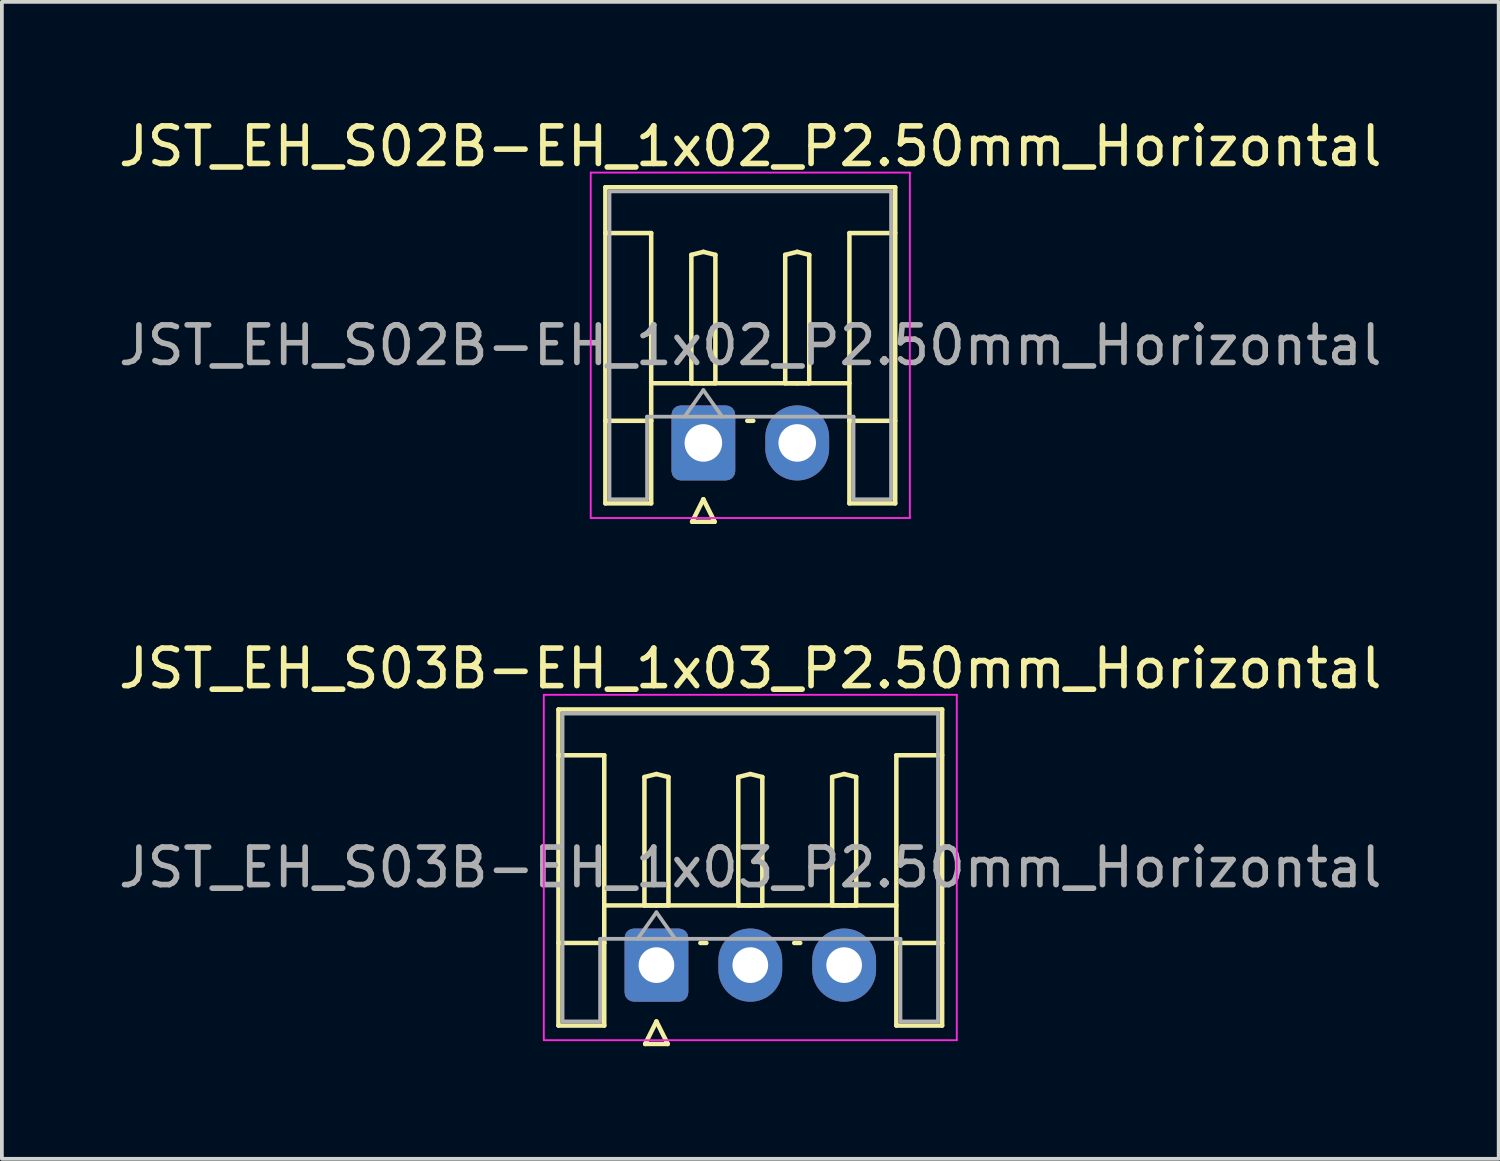
<source format=kicad_pcb>
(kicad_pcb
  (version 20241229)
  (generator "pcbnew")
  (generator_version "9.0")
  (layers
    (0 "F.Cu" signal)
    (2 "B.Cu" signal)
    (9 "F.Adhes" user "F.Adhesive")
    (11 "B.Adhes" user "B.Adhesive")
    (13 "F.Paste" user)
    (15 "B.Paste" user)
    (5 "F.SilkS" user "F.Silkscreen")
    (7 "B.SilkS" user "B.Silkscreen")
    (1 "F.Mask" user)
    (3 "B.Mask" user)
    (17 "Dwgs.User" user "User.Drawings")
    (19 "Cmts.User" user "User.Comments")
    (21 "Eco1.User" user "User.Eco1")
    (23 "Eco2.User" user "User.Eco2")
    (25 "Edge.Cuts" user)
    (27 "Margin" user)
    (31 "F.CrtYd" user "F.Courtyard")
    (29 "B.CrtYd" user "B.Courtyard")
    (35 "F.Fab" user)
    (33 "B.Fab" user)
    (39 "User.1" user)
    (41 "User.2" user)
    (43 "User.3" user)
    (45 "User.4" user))
  (footprint "JST_EH_S03B-EH_1x03_P2.50mm_Horizontal"
    (layer "F.Cu")
    (at 14.435 22.657)
    (property "Reference" "JST_EH_S03B-EH_1x03_P2.50mm_Horizontal" (at 2.5 -7.9 0) (layer "F.SilkS") (effects (font (size 1 1) (thickness 0.15))))
    (attr through_hole)
    (fp_line (start -2.61 -6.81) (end 7.61 -6.81) (stroke (width 0.12) (type solid)) (layer "F.SilkS"))
    (fp_line (start -2.61 -5.59) (end -1.39 -5.59) (stroke (width 0.12) (type solid)) (layer "F.SilkS"))
    (fp_line (start -2.61 1.61) (end -2.61 -6.81) (stroke (width 0.12) (type solid)) (layer "F.SilkS"))
    (fp_line (start -1.39 -5.59) (end -1.39 -0.59) (stroke (width 0.12) (type solid)) (layer "F.SilkS"))
    (fp_line (start -1.39 -1.59) (end 6.39 -1.59) (stroke (width 0.12) (type solid)) (layer "F.SilkS"))
    (fp_line (start -1.39 -0.59) (end -2.61 -0.59) (stroke (width 0.12) (type solid)) (layer "F.SilkS"))
    (fp_line (start -1.39 -0.59) (end -1.39 1.61) (stroke (width 0.12) (type solid)) (layer "F.SilkS"))
    (fp_line (start -1.39 1.61) (end -2.61 1.61) (stroke (width 0.12) (type solid)) (layer "F.SilkS"))
    (fp_line (start -0.32 -5.01) (end 0 -5.09) (stroke (width 0.12) (type solid)) (layer "F.SilkS"))
    (fp_line (start -0.32 -1.59) (end -0.32 -5.01) (stroke (width 0.12) (type solid)) (layer "F.SilkS"))
    (fp_line (start -0.3 2.1) (end 0.3 2.1) (stroke (width 0.12) (type solid)) (layer "F.SilkS"))
    (fp_line (start 0 -5.09) (end 0.32 -5.01) (stroke (width 0.12) (type solid)) (layer "F.SilkS"))
    (fp_line (start 0 -1.59) (end -0.32 -1.59) (stroke (width 0.12) (type solid)) (layer "F.SilkS"))
    (fp_line (start 0 1.5) (end -0.3 2.1) (stroke (width 0.12) (type solid)) (layer "F.SilkS"))
    (fp_line (start 0.3 2.1) (end 0 1.5) (stroke (width 0.12) (type solid)) (layer "F.SilkS"))
    (fp_line (start 0.32 -5.01) (end 0.32 -1.59) (stroke (width 0.12) (type solid)) (layer "F.SilkS"))
    (fp_line (start 0.32 -1.59) (end 0 -1.59) (stroke (width 0.12) (type solid)) (layer "F.SilkS"))
    (fp_line (start 1.17 -0.59) (end 1.33 -0.59) (stroke (width 0.12) (type solid)) (layer "F.SilkS"))
    (fp_line (start 2.18 -5.01) (end 2.5 -5.09) (stroke (width 0.12) (type solid)) (layer "F.SilkS"))
    (fp_line (start 2.18 -1.59) (end 2.18 -5.01) (stroke (width 0.12) (type solid)) (layer "F.SilkS"))
    (fp_line (start 2.5 -5.09) (end 2.82 -5.01) (stroke (width 0.12) (type solid)) (layer "F.SilkS"))
    (fp_line (start 2.5 -1.59) (end 2.18 -1.59) (stroke (width 0.12) (type solid)) (layer "F.SilkS"))
    (fp_line (start 2.82 -5.01) (end 2.82 -1.59) (stroke (width 0.12) (type solid)) (layer "F.SilkS"))
    (fp_line (start 2.82 -1.59) (end 2.5 -1.59) (stroke (width 0.12) (type solid)) (layer "F.SilkS"))
    (fp_line (start 3.67 -0.59) (end 3.83 -0.59) (stroke (width 0.12) (type solid)) (layer "F.SilkS"))
    (fp_line (start 4.68 -5.01) (end 5 -5.09) (stroke (width 0.12) (type solid)) (layer "F.SilkS"))
    (fp_line (start 4.68 -1.59) (end 4.68 -5.01) (stroke (width 0.12) (type solid)) (layer "F.SilkS"))
    (fp_line (start 5 -5.09) (end 5.32 -5.01) (stroke (width 0.12) (type solid)) (layer "F.SilkS"))
    (fp_line (start 5 -1.59) (end 4.68 -1.59) (stroke (width 0.12) (type solid)) (layer "F.SilkS"))
    (fp_line (start 5.32 -5.01) (end 5.32 -1.59) (stroke (width 0.12) (type solid)) (layer "F.SilkS"))
    (fp_line (start 5.32 -1.59) (end 5 -1.59) (stroke (width 0.12) (type solid)) (layer "F.SilkS"))
    (fp_line (start 6.39 -5.59) (end 6.39 -0.59) (stroke (width 0.12) (type solid)) (layer "F.SilkS"))
    (fp_line (start 6.39 -0.59) (end 7.61 -0.59) (stroke (width 0.12) (type solid)) (layer "F.SilkS"))
    (fp_line (start 6.39 1.61) (end 6.39 -0.59) (stroke (width 0.12) (type solid)) (layer "F.SilkS"))
    (fp_line (start 7.61 -6.81) (end 7.61 1.61) (stroke (width 0.12) (type solid)) (layer "F.SilkS"))
    (fp_line (start 7.61 -5.59) (end 6.39 -5.59) (stroke (width 0.12) (type solid)) (layer "F.SilkS"))
    (fp_line (start 7.61 1.61) (end 6.39 1.61) (stroke (width 0.12) (type solid)) (layer "F.SilkS"))
    (fp_line (start -3 -7.2) (end -3 2) (stroke (width 0.05) (type solid)) (layer "F.CrtYd"))
    (fp_line (start -3 2) (end 8 2) (stroke (width 0.05) (type solid)) (layer "F.CrtYd"))
    (fp_line (start 8 -7.2) (end -3 -7.2) (stroke (width 0.05) (type solid)) (layer "F.CrtYd"))
    (fp_line (start 8 2) (end 8 -7.2) (stroke (width 0.05) (type solid)) (layer "F.CrtYd"))
    (fp_line (start -2.5 -6.7) (end 7.5 -6.7) (stroke (width 0.1) (type solid)) (layer "F.Fab"))
    (fp_line (start -2.5 1.5) (end -2.5 -6.7) (stroke (width 0.1) (type solid)) (layer "F.Fab"))
    (fp_line (start -1.5 -0.7) (end -1.5 1.5) (stroke (width 0.1) (type solid)) (layer "F.Fab"))
    (fp_line (start -1.5 1.5) (end -2.5 1.5) (stroke (width 0.1) (type solid)) (layer "F.Fab"))
    (fp_line (start -0.5 -0.7) (end 0 -1.407) (stroke (width 0.1) (type solid)) (layer "F.Fab"))
    (fp_line (start 0 -1.407) (end 0.5 -0.7) (stroke (width 0.1) (type solid)) (layer "F.Fab"))
    (fp_line (start 6.5 -0.7) (end -1.5 -0.7) (stroke (width 0.1) (type solid)) (layer "F.Fab"))
    (fp_line (start 6.5 1.5) (end 6.5 -0.7) (stroke (width 0.1) (type solid)) (layer "F.Fab"))
    (fp_line (start 7.5 -6.7) (end 7.5 1.5) (stroke (width 0.1) (type solid)) (layer "F.Fab"))
    (fp_line (start 7.5 1.5) (end 6.5 1.5) (stroke (width 0.1) (type solid)) (layer "F.Fab"))
    (fp_text user "${REFERENCE}" (at 2.5 -2.6 0) (layer "F.Fab") (effects (font (size 1 1) (thickness 0.15))))
    (pad "1" thru_hole roundrect (at 0 0) (size 1.7 1.95) (drill 0.95) (layers "*.Cu" "*.Mask") (roundrect_rratio 0.147))
    (pad "2" thru_hole oval (at 2.5 0) (size 1.7 1.95) (drill 0.95) (layers "*.Cu" "*.Mask"))
    (pad "3" thru_hole oval (at 5 0) (size 1.7 1.95) (drill 0.95) (layers "*.Cu" "*.Mask")))
  (footprint "JST_EH_S02B-EH_1x02_P2.50mm_Horizontal"
    (layer "F.Cu")
    (at 15.685 8.748)
    (property "Reference" "JST_EH_S02B-EH_1x02_P2.50mm_Horizontal" (at 1.25 -7.9 0) (layer "F.SilkS") (effects (font (size 1 1) (thickness 0.15))))
    (attr through_hole)
    (fp_line (start -2.61 -6.81) (end 5.11 -6.81) (stroke (width 0.12) (type solid)) (layer "F.SilkS"))
    (fp_line (start -2.61 -5.59) (end -1.39 -5.59) (stroke (width 0.12) (type solid)) (layer "F.SilkS"))
    (fp_line (start -2.61 1.61) (end -2.61 -6.81) (stroke (width 0.12) (type solid)) (layer "F.SilkS"))
    (fp_line (start -1.39 -5.59) (end -1.39 -0.59) (stroke (width 0.12) (type solid)) (layer "F.SilkS"))
    (fp_line (start -1.39 -1.59) (end 3.89 -1.59) (stroke (width 0.12) (type solid)) (layer "F.SilkS"))
    (fp_line (start -1.39 -0.59) (end -2.61 -0.59) (stroke (width 0.12) (type solid)) (layer "F.SilkS"))
    (fp_line (start -1.39 -0.59) (end -1.39 1.61) (stroke (width 0.12) (type solid)) (layer "F.SilkS"))
    (fp_line (start -1.39 1.61) (end -2.61 1.61) (stroke (width 0.12) (type solid)) (layer "F.SilkS"))
    (fp_line (start -0.32 -5.01) (end 0 -5.09) (stroke (width 0.12) (type solid)) (layer "F.SilkS"))
    (fp_line (start -0.32 -1.59) (end -0.32 -5.01) (stroke (width 0.12) (type solid)) (layer "F.SilkS"))
    (fp_line (start -0.3 2.1) (end 0.3 2.1) (stroke (width 0.12) (type solid)) (layer "F.SilkS"))
    (fp_line (start 0 -5.09) (end 0.32 -5.01) (stroke (width 0.12) (type solid)) (layer "F.SilkS"))
    (fp_line (start 0 -1.59) (end -0.32 -1.59) (stroke (width 0.12) (type solid)) (layer "F.SilkS"))
    (fp_line (start 0 1.5) (end -0.3 2.1) (stroke (width 0.12) (type solid)) (layer "F.SilkS"))
    (fp_line (start 0.3 2.1) (end 0 1.5) (stroke (width 0.12) (type solid)) (layer "F.SilkS"))
    (fp_line (start 0.32 -5.01) (end 0.32 -1.59) (stroke (width 0.12) (type solid)) (layer "F.SilkS"))
    (fp_line (start 0.32 -1.59) (end 0 -1.59) (stroke (width 0.12) (type solid)) (layer "F.SilkS"))
    (fp_line (start 1.17 -0.59) (end 1.33 -0.59) (stroke (width 0.12) (type solid)) (layer "F.SilkS"))
    (fp_line (start 2.18 -5.01) (end 2.5 -5.09) (stroke (width 0.12) (type solid)) (layer "F.SilkS"))
    (fp_line (start 2.18 -1.59) (end 2.18 -5.01) (stroke (width 0.12) (type solid)) (layer "F.SilkS"))
    (fp_line (start 2.5 -5.09) (end 2.82 -5.01) (stroke (width 0.12) (type solid)) (layer "F.SilkS"))
    (fp_line (start 2.5 -1.59) (end 2.18 -1.59) (stroke (width 0.12) (type solid)) (layer "F.SilkS"))
    (fp_line (start 2.82 -5.01) (end 2.82 -1.59) (stroke (width 0.12) (type solid)) (layer "F.SilkS"))
    (fp_line (start 2.82 -1.59) (end 2.5 -1.59) (stroke (width 0.12) (type solid)) (layer "F.SilkS"))
    (fp_line (start 3.89 -5.59) (end 3.89 -0.59) (stroke (width 0.12) (type solid)) (layer "F.SilkS"))
    (fp_line (start 3.89 -0.59) (end 5.11 -0.59) (stroke (width 0.12) (type solid)) (layer "F.SilkS"))
    (fp_line (start 3.89 1.61) (end 3.89 -0.59) (stroke (width 0.12) (type solid)) (layer "F.SilkS"))
    (fp_line (start 5.11 -6.81) (end 5.11 1.61) (stroke (width 0.12) (type solid)) (layer "F.SilkS"))
    (fp_line (start 5.11 -5.59) (end 3.89 -5.59) (stroke (width 0.12) (type solid)) (layer "F.SilkS"))
    (fp_line (start 5.11 1.61) (end 3.89 1.61) (stroke (width 0.12) (type solid)) (layer "F.SilkS"))
    (fp_line (start -3 -7.2) (end -3 2) (stroke (width 0.05) (type solid)) (layer "F.CrtYd"))
    (fp_line (start -3 2) (end 5.5 2) (stroke (width 0.05) (type solid)) (layer "F.CrtYd"))
    (fp_line (start 5.5 -7.2) (end -3 -7.2) (stroke (width 0.05) (type solid)) (layer "F.CrtYd"))
    (fp_line (start 5.5 2) (end 5.5 -7.2) (stroke (width 0.05) (type solid)) (layer "F.CrtYd"))
    (fp_line (start -2.5 -6.7) (end 5 -6.7) (stroke (width 0.1) (type solid)) (layer "F.Fab"))
    (fp_line (start -2.5 1.5) (end -2.5 -6.7) (stroke (width 0.1) (type solid)) (layer "F.Fab"))
    (fp_line (start -1.5 -0.7) (end -1.5 1.5) (stroke (width 0.1) (type solid)) (layer "F.Fab"))
    (fp_line (start -1.5 1.5) (end -2.5 1.5) (stroke (width 0.1) (type solid)) (layer "F.Fab"))
    (fp_line (start -0.5 -0.7) (end 0 -1.407) (stroke (width 0.1) (type solid)) (layer "F.Fab"))
    (fp_line (start 0 -1.407) (end 0.5 -0.7) (stroke (width 0.1) (type solid)) (layer "F.Fab"))
    (fp_line (start 4 -0.7) (end -1.5 -0.7) (stroke (width 0.1) (type solid)) (layer "F.Fab"))
    (fp_line (start 4 1.5) (end 4 -0.7) (stroke (width 0.1) (type solid)) (layer "F.Fab"))
    (fp_line (start 5 -6.7) (end 5 1.5) (stroke (width 0.1) (type solid)) (layer "F.Fab"))
    (fp_line (start 5 1.5) (end 4 1.5) (stroke (width 0.1) (type solid)) (layer "F.Fab"))
    (fp_text user "${REFERENCE}" (at 1.25 -2.6 0) (layer "F.Fab") (effects (font (size 1 1) (thickness 0.15))))
    (pad "1" thru_hole roundrect (at 0 0) (size 1.7 2) (drill 1) (layers "*.Cu" "*.Mask") (roundrect_rratio 0.147))
    (pad "2" thru_hole oval (at 2.5 0) (size 1.7 2) (drill 1) (layers "*.Cu" "*.Mask")))
  (gr_rect
    (start -3 -3)
    (end 36.869 27.817)
    (stroke (width 0.1) (type default))
    (fill no)
    (layer "Edge.Cuts")))
</source>
